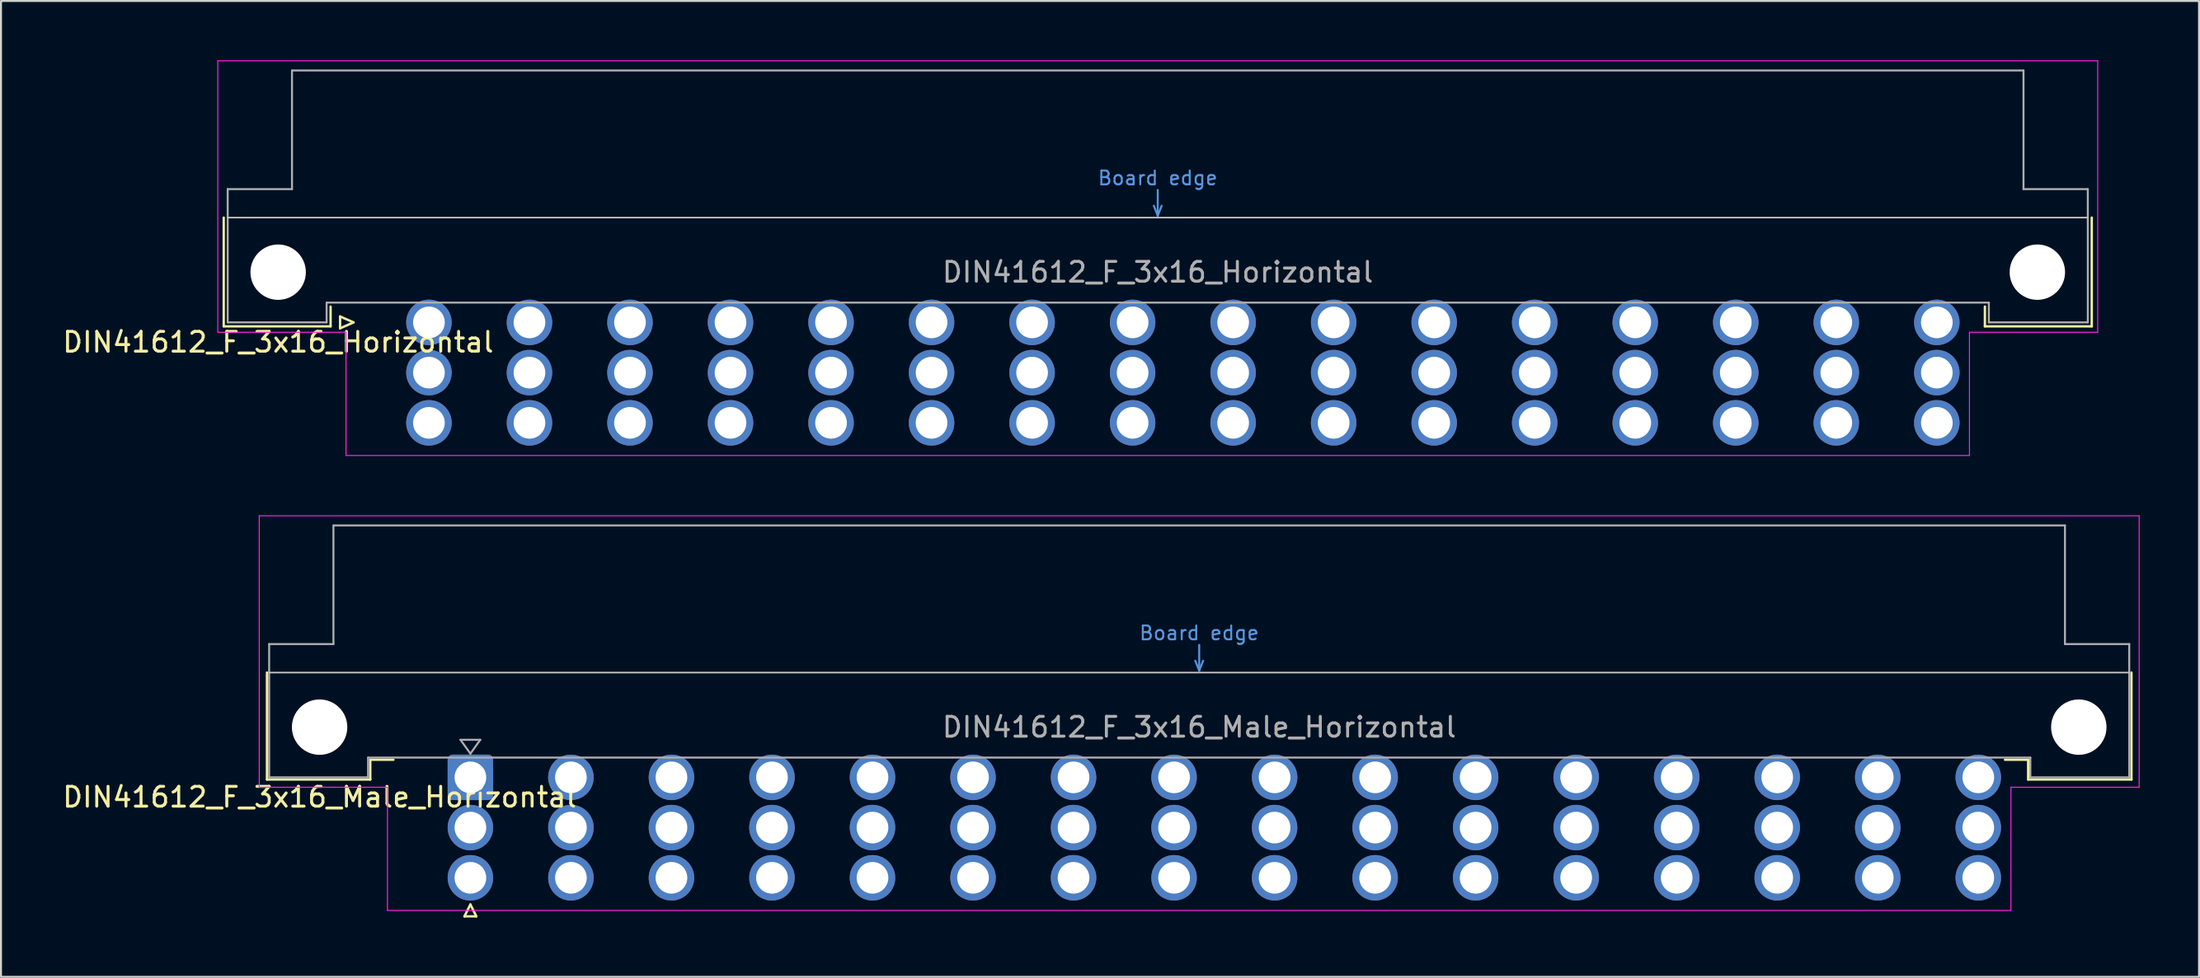
<source format=kicad_pcb>
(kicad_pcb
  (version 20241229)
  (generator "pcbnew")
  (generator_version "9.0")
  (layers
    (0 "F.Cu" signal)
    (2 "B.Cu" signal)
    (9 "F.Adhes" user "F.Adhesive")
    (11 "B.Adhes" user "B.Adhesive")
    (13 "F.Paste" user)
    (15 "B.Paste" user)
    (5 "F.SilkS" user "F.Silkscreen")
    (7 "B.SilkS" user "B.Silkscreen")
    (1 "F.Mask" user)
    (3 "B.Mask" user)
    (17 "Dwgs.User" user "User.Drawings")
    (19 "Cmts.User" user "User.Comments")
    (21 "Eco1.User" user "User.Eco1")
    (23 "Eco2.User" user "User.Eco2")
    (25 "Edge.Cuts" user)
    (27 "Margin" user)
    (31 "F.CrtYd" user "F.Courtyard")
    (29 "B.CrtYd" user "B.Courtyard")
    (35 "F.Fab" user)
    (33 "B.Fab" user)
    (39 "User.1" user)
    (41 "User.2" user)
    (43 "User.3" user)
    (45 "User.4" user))
  (footprint "DIN41612_F_3x16_Male_Horizontal"
    (layer "F.Cu")
    (at 18.181 36.265)
    (property "Reference" "DIN41612_F_3x16_Male_Horizontal" (at -5.08 1 0) (layer "F.SilkS") (effects (font (size 1 1) (thickness 0.15))))
    (attr through_hole)
    (fp_line (start -7.74 -5.3) (end -7.74 0.11) (stroke (width 0.12) (type solid)) (layer "F.SilkS"))
    (fp_line (start -7.74 0.11) (end -2.52 0.11) (stroke (width 0.12) (type solid)) (layer "F.SilkS"))
    (fp_line (start -2.52 -0.89) (end -1.35 -0.89) (stroke (width 0.12) (type solid)) (layer "F.SilkS"))
    (fp_line (start -2.52 0.11) (end -2.52 -0.89) (stroke (width 0.12) (type solid)) (layer "F.SilkS"))
    (fp_line (start 2.24 7.03) (end 2.84 7.03) (stroke (width 0.12) (type solid)) (layer "F.SilkS"))
    (fp_line (start 2.54 6.43) (end 2.24 7.03) (stroke (width 0.12) (type solid)) (layer "F.SilkS"))
    (fp_line (start 2.84 7.03) (end 2.54 6.43) (stroke (width 0.12) (type solid)) (layer "F.SilkS"))
    (fp_line (start 81.26 -0.89) (end 80.09 -0.89) (stroke (width 0.12) (type solid)) (layer "F.SilkS"))
    (fp_line (start 81.26 0.11) (end 81.26 -0.89) (stroke (width 0.12) (type solid)) (layer "F.SilkS"))
    (fp_line (start 86.48 -5.3) (end 86.48 0.11) (stroke (width 0.12) (type solid)) (layer "F.SilkS"))
    (fp_line (start 86.48 0.11) (end 81.26 0.11) (stroke (width 0.12) (type solid)) (layer "F.SilkS"))
    (fp_line (start -7.63 -5.3) (end 86.37 -5.3) (stroke (width 0.08) (type solid)) (layer "Dwgs.User"))
    (fp_line (start 39.17 -5.9) (end 39.37 -5.4) (stroke (width 0.1) (type solid)) (layer "Cmts.User"))
    (fp_line (start 39.37 -5.4) (end 39.37 -6.7) (stroke (width 0.1) (type solid)) (layer "Cmts.User"))
    (fp_line (start 39.37 -5.4) (end 39.57 -5.9) (stroke (width 0.1) (type solid)) (layer "Cmts.User"))
    (fp_line (start -8.13 -13.23) (end -8.13 0.5) (stroke (width 0.05) (type solid)) (layer "F.CrtYd"))
    (fp_line (start -8.13 0.5) (end -1.65 0.5) (stroke (width 0.05) (type solid)) (layer "F.CrtYd"))
    (fp_line (start -1.65 0.5) (end -1.65 6.73) (stroke (width 0.05) (type solid)) (layer "F.CrtYd"))
    (fp_line (start -1.65 6.73) (end 80.39 6.73) (stroke (width 0.05) (type solid)) (layer "F.CrtYd"))
    (fp_line (start 80.39 0.5) (end 86.87 0.5) (stroke (width 0.05) (type solid)) (layer "F.CrtYd"))
    (fp_line (start 80.39 6.73) (end 80.39 0.5) (stroke (width 0.05) (type solid)) (layer "F.CrtYd"))
    (fp_line (start 86.87 -13.23) (end -8.13 -13.23) (stroke (width 0.05) (type solid)) (layer "F.CrtYd"))
    (fp_line (start 86.87 0.5) (end 86.87 -13.23) (stroke (width 0.05) (type solid)) (layer "F.CrtYd"))
    (fp_line (start -7.63 -6.74) (end -7.63 0) (stroke (width 0.1) (type solid)) (layer "F.Fab"))
    (fp_line (start -7.63 0) (end -2.63 0) (stroke (width 0.1) (type solid)) (layer "F.Fab"))
    (fp_line (start -4.38 -12.74) (end -4.38 -6.74) (stroke (width 0.1) (type solid)) (layer "F.Fab"))
    (fp_line (start -4.38 -6.74) (end -7.63 -6.74) (stroke (width 0.1) (type solid)) (layer "F.Fab"))
    (fp_line (start -2.63 -1) (end 81.37 -1) (stroke (width 0.1) (type solid)) (layer "F.Fab"))
    (fp_line (start -2.63 0) (end -2.63 -1) (stroke (width 0.1) (type solid)) (layer "F.Fab"))
    (fp_line (start 2.04 -1.9) (end 3.04 -1.9) (stroke (width 0.1) (type solid)) (layer "F.Fab"))
    (fp_line (start 2.54 -1.2) (end 2.04 -1.9) (stroke (width 0.1) (type solid)) (layer "F.Fab"))
    (fp_line (start 3.04 -1.9) (end 2.54 -1.2) (stroke (width 0.1) (type solid)) (layer "F.Fab"))
    (fp_line (start 81.37 -1) (end 81.37 0) (stroke (width 0.1) (type solid)) (layer "F.Fab"))
    (fp_line (start 81.37 0) (end 86.37 0) (stroke (width 0.1) (type solid)) (layer "F.Fab"))
    (fp_line (start 83.12 -12.74) (end -4.38 -12.74) (stroke (width 0.1) (type solid)) (layer "F.Fab"))
    (fp_line (start 83.12 -6.74) (end 83.12 -12.74) (stroke (width 0.1) (type solid)) (layer "F.Fab"))
    (fp_line (start 86.37 -6.74) (end 83.12 -6.74) (stroke (width 0.1) (type solid)) (layer "F.Fab"))
    (fp_line (start 86.37 0) (end 86.37 -6.74) (stroke (width 0.1) (type solid)) (layer "F.Fab"))
    (fp_text user "Board edge" (at 39.37 -7.3 0) (layer "Cmts.User") (effects (font (size 0.7 0.7) (thickness 0.1))))
    (fp_text user "${REFERENCE}" (at 39.37 -2.54 0) (layer "F.Fab") (effects (font (size 1 1) (thickness 0.15))))
    (pad "" np_thru_hole circle (at -5.08 -2.54) (size 2.8 2.8) (drill 2.8) (layers "*.Cu" "*.Mask"))
    (pad "" np_thru_hole circle (at 83.82 -2.54) (size 2.8 2.8) (drill 2.8) (layers "*.Cu" "*.Mask"))
    (pad "b2" thru_hole circle (at 2.54 2.54) (size 2.3 2.3) (drill 1.6) (layers "*.Cu" "*.Mask"))
    (pad "b4" thru_hole circle (at 7.62 2.54) (size 2.3 2.3) (drill 1.6) (layers "*.Cu" "*.Mask"))
    (pad "b6" thru_hole circle (at 12.7 2.54) (size 2.3 2.3) (drill 1.6) (layers "*.Cu" "*.Mask"))
    (pad "b8" thru_hole circle (at 17.78 2.54) (size 2.3 2.3) (drill 1.6) (layers "*.Cu" "*.Mask"))
    (pad "b10" thru_hole circle (at 22.86 2.54) (size 2.3 2.3) (drill 1.6) (layers "*.Cu" "*.Mask"))
    (pad "b12" thru_hole circle (at 27.94 2.54) (size 2.3 2.3) (drill 1.6) (layers "*.Cu" "*.Mask"))
    (pad "b14" thru_hole circle (at 33.02 2.54) (size 2.3 2.3) (drill 1.6) (layers "*.Cu" "*.Mask"))
    (pad "b16" thru_hole circle (at 38.1 2.54) (size 2.3 2.3) (drill 1.6) (layers "*.Cu" "*.Mask"))
    (pad "b18" thru_hole circle (at 43.18 2.54) (size 2.3 2.3) (drill 1.6) (layers "*.Cu" "*.Mask"))
    (pad "b20" thru_hole circle (at 48.26 2.54) (size 2.3 2.3) (drill 1.6) (layers "*.Cu" "*.Mask"))
    (pad "b22" thru_hole circle (at 53.34 2.54) (size 2.3 2.3) (drill 1.6) (layers "*.Cu" "*.Mask"))
    (pad "b24" thru_hole circle (at 58.42 2.54) (size 2.3 2.3) (drill 1.6) (layers "*.Cu" "*.Mask"))
    (pad "b26" thru_hole circle (at 63.5 2.54) (size 2.3 2.3) (drill 1.6) (layers "*.Cu" "*.Mask"))
    (pad "b28" thru_hole circle (at 68.58 2.54) (size 2.3 2.3) (drill 1.6) (layers "*.Cu" "*.Mask"))
    (pad "b30" thru_hole circle (at 73.66 2.54) (size 2.3 2.3) (drill 1.6) (layers "*.Cu" "*.Mask"))
    (pad "b32" thru_hole circle (at 78.74 2.54) (size 2.3 2.3) (drill 1.6) (layers "*.Cu" "*.Mask"))
    (pad "d2" thru_hole circle (at 2.54 5.08) (size 2.3 2.3) (drill 1.6) (layers "*.Cu" "*.Mask"))
    (pad "d4" thru_hole circle (at 7.62 5.08) (size 2.3 2.3) (drill 1.6) (layers "*.Cu" "*.Mask"))
    (pad "d6" thru_hole circle (at 12.7 5.08) (size 2.3 2.3) (drill 1.6) (layers "*.Cu" "*.Mask"))
    (pad "d8" thru_hole circle (at 17.78 5.08) (size 2.3 2.3) (drill 1.6) (layers "*.Cu" "*.Mask"))
    (pad "d10" thru_hole circle (at 22.86 5.08) (size 2.3 2.3) (drill 1.6) (layers "*.Cu" "*.Mask"))
    (pad "d12" thru_hole circle (at 27.94 5.08) (size 2.3 2.3) (drill 1.6) (layers "*.Cu" "*.Mask"))
    (pad "d14" thru_hole circle (at 33.02 5.08) (size 2.3 2.3) (drill 1.6) (layers "*.Cu" "*.Mask"))
    (pad "d16" thru_hole circle (at 38.1 5.08) (size 2.3 2.3) (drill 1.6) (layers "*.Cu" "*.Mask"))
    (pad "d18" thru_hole circle (at 43.18 5.08) (size 2.3 2.3) (drill 1.6) (layers "*.Cu" "*.Mask"))
    (pad "d20" thru_hole circle (at 48.26 5.08) (size 2.3 2.3) (drill 1.6) (layers "*.Cu" "*.Mask"))
    (pad "d22" thru_hole circle (at 53.34 5.08) (size 2.3 2.3) (drill 1.6) (layers "*.Cu" "*.Mask"))
    (pad "d24" thru_hole circle (at 58.42 5.08) (size 2.3 2.3) (drill 1.6) (layers "*.Cu" "*.Mask"))
    (pad "d26" thru_hole circle (at 63.5 5.08) (size 2.3 2.3) (drill 1.6) (layers "*.Cu" "*.Mask"))
    (pad "d28" thru_hole circle (at 68.58 5.08) (size 2.3 2.3) (drill 1.6) (layers "*.Cu" "*.Mask"))
    (pad "d30" thru_hole circle (at 73.66 5.08) (size 2.3 2.3) (drill 1.6) (layers "*.Cu" "*.Mask"))
    (pad "d32" thru_hole circle (at 78.74 5.08) (size 2.3 2.3) (drill 1.6) (layers "*.Cu" "*.Mask"))
    (pad "z2" thru_hole roundrect (at 2.54 0) (size 2.3 2.3) (drill 1.6) (layers "*.Cu" "*.Mask") (roundrect_rratio 0.109))
    (pad "z4" thru_hole circle (at 7.62 0) (size 2.3 2.3) (drill 1.6) (layers "*.Cu" "*.Mask"))
    (pad "z6" thru_hole circle (at 12.7 0) (size 2.3 2.3) (drill 1.6) (layers "*.Cu" "*.Mask"))
    (pad "z8" thru_hole circle (at 17.78 0) (size 2.3 2.3) (drill 1.6) (layers "*.Cu" "*.Mask"))
    (pad "z10" thru_hole circle (at 22.86 0) (size 2.3 2.3) (drill 1.6) (layers "*.Cu" "*.Mask"))
    (pad "z12" thru_hole circle (at 27.94 0) (size 2.3 2.3) (drill 1.6) (layers "*.Cu" "*.Mask"))
    (pad "z14" thru_hole circle (at 33.02 0) (size 2.3 2.3) (drill 1.6) (layers "*.Cu" "*.Mask"))
    (pad "z16" thru_hole circle (at 38.1 0) (size 2.3 2.3) (drill 1.6) (layers "*.Cu" "*.Mask"))
    (pad "z18" thru_hole circle (at 43.18 0) (size 2.3 2.3) (drill 1.6) (layers "*.Cu" "*.Mask"))
    (pad "z20" thru_hole circle (at 48.26 0) (size 2.3 2.3) (drill 1.6) (layers "*.Cu" "*.Mask"))
    (pad "z22" thru_hole circle (at 53.34 0) (size 2.3 2.3) (drill 1.6) (layers "*.Cu" "*.Mask"))
    (pad "z24" thru_hole circle (at 58.42 0) (size 2.3 2.3) (drill 1.6) (layers "*.Cu" "*.Mask"))
    (pad "z26" thru_hole circle (at 63.5 0) (size 2.3 2.3) (drill 1.6) (layers "*.Cu" "*.Mask"))
    (pad "z28" thru_hole circle (at 68.58 0) (size 2.3 2.3) (drill 1.6) (layers "*.Cu" "*.Mask"))
    (pad "z30" thru_hole circle (at 73.66 0) (size 2.3 2.3) (drill 1.6) (layers "*.Cu" "*.Mask"))
    (pad "z32" thru_hole circle (at 78.74 0) (size 2.3 2.3) (drill 1.6) (layers "*.Cu" "*.Mask")))
  (footprint "DIN41612_F_3x16_Horizontal"
    (layer "F.Cu")
    (at 16.086 13.255)
    (property "Reference" "DIN41612_F_3x16_Horizontal" (at -5.08 1 0) (layer "F.SilkS") (effects (font (size 1 1) (thickness 0.15))))
    (attr through_hole)
    (fp_line (start -7.83 -5.3) (end -7.83 0.2) (stroke (width 0.12) (type solid)) (layer "F.SilkS"))
    (fp_line (start -7.83 0.2) (end -2.43 0.2) (stroke (width 0.12) (type solid)) (layer "F.SilkS"))
    (fp_line (start -2.43 0.2) (end -2.43 -0.8) (stroke (width 0.12) (type solid)) (layer "F.SilkS"))
    (fp_line (start -1.95 -0.3) (end -1.95 0.3) (stroke (width 0.12) (type solid)) (layer "F.SilkS"))
    (fp_line (start -1.95 0.3) (end -1.27 0) (stroke (width 0.12) (type solid)) (layer "F.SilkS"))
    (fp_line (start -1.27 0) (end -1.95 -0.3) (stroke (width 0.12) (type solid)) (layer "F.SilkS"))
    (fp_line (start 81.17 0.2) (end 81.17 -0.8) (stroke (width 0.12) (type solid)) (layer "F.SilkS"))
    (fp_line (start 86.57 -5.3) (end 86.57 0.2) (stroke (width 0.12) (type solid)) (layer "F.SilkS"))
    (fp_line (start 86.57 0.2) (end 81.17 0.2) (stroke (width 0.12) (type solid)) (layer "F.SilkS"))
    (fp_line (start -7.63 -5.3) (end 86.37 -5.3) (stroke (width 0.08) (type solid)) (layer "Dwgs.User"))
    (fp_line (start 39.17 -5.9) (end 39.37 -5.4) (stroke (width 0.1) (type solid)) (layer "Cmts.User"))
    (fp_line (start 39.37 -5.4) (end 39.37 -6.7) (stroke (width 0.1) (type solid)) (layer "Cmts.User"))
    (fp_line (start 39.37 -5.4) (end 39.57 -5.9) (stroke (width 0.1) (type solid)) (layer "Cmts.User"))
    (fp_line (start -8.13 -13.23) (end -8.13 0.5) (stroke (width 0.05) (type solid)) (layer "F.CrtYd"))
    (fp_line (start -8.13 0.5) (end -1.65 0.5) (stroke (width 0.05) (type solid)) (layer "F.CrtYd"))
    (fp_line (start -1.65 0.5) (end -1.65 6.73) (stroke (width 0.05) (type solid)) (layer "F.CrtYd"))
    (fp_line (start -1.65 6.73) (end 80.39 6.73) (stroke (width 0.05) (type solid)) (layer "F.CrtYd"))
    (fp_line (start 80.39 0.5) (end 86.87 0.5) (stroke (width 0.05) (type solid)) (layer "F.CrtYd"))
    (fp_line (start 80.39 6.73) (end 80.39 0.5) (stroke (width 0.05) (type solid)) (layer "F.CrtYd"))
    (fp_line (start 86.87 -13.23) (end -8.13 -13.23) (stroke (width 0.05) (type solid)) (layer "F.CrtYd"))
    (fp_line (start 86.87 0.5) (end 86.87 -13.23) (stroke (width 0.05) (type solid)) (layer "F.CrtYd"))
    (fp_line (start -7.63 -6.74) (end -7.63 0) (stroke (width 0.1) (type solid)) (layer "F.Fab"))
    (fp_line (start -7.63 0) (end -2.63 0) (stroke (width 0.1) (type solid)) (layer "F.Fab"))
    (fp_line (start -4.38 -12.74) (end -4.38 -6.74) (stroke (width 0.1) (type solid)) (layer "F.Fab"))
    (fp_line (start -4.38 -6.74) (end -7.63 -6.74) (stroke (width 0.1) (type solid)) (layer "F.Fab"))
    (fp_line (start -2.63 -1) (end 81.37 -1) (stroke (width 0.1) (type solid)) (layer "F.Fab"))
    (fp_line (start -2.63 0) (end -2.63 -1) (stroke (width 0.1) (type solid)) (layer "F.Fab"))
    (fp_line (start 81.37 -1) (end 81.37 0) (stroke (width 0.1) (type solid)) (layer "F.Fab"))
    (fp_line (start 81.37 0) (end 86.37 0) (stroke (width 0.1) (type solid)) (layer "F.Fab"))
    (fp_line (start 83.12 -12.74) (end -4.38 -12.74) (stroke (width 0.1) (type solid)) (layer "F.Fab"))
    (fp_line (start 83.12 -6.74) (end 83.12 -12.74) (stroke (width 0.1) (type solid)) (layer "F.Fab"))
    (fp_line (start 86.37 -6.74) (end 83.12 -6.74) (stroke (width 0.1) (type solid)) (layer "F.Fab"))
    (fp_line (start 86.37 0) (end 86.37 -6.74) (stroke (width 0.1) (type solid)) (layer "F.Fab"))
    (fp_text user "Board edge" (at 39.37 -7.3 0) (layer "Cmts.User") (effects (font (size 0.7 0.7) (thickness 0.1))))
    (fp_text user "${REFERENCE}" (at 39.37 -2.54 0) (layer "F.Fab") (effects (font (size 1 1) (thickness 0.15))))
    (pad "" np_thru_hole circle (at -5.08 -2.54) (size 2.8 2.8) (drill 2.8) (layers "*.Cu" "*.Mask"))
    (pad "" np_thru_hole circle (at 83.82 -2.54) (size 2.8 2.8) (drill 2.8) (layers "*.Cu" "*.Mask"))
    (pad "b2" thru_hole circle (at 2.54 2.54) (size 2.3 2.3) (drill 1.6) (layers "*.Cu" "*.Mask"))
    (pad "b4" thru_hole circle (at 7.62 2.54) (size 2.3 2.3) (drill 1.6) (layers "*.Cu" "*.Mask"))
    (pad "b6" thru_hole circle (at 12.7 2.54) (size 2.3 2.3) (drill 1.6) (layers "*.Cu" "*.Mask"))
    (pad "b8" thru_hole circle (at 17.78 2.54) (size 2.3 2.3) (drill 1.6) (layers "*.Cu" "*.Mask"))
    (pad "b10" thru_hole circle (at 22.86 2.54) (size 2.3 2.3) (drill 1.6) (layers "*.Cu" "*.Mask"))
    (pad "b12" thru_hole circle (at 27.94 2.54) (size 2.3 2.3) (drill 1.6) (layers "*.Cu" "*.Mask"))
    (pad "b14" thru_hole circle (at 33.02 2.54) (size 2.3 2.3) (drill 1.6) (layers "*.Cu" "*.Mask"))
    (pad "b16" thru_hole circle (at 38.1 2.54) (size 2.3 2.3) (drill 1.6) (layers "*.Cu" "*.Mask"))
    (pad "b18" thru_hole circle (at 43.18 2.54) (size 2.3 2.3) (drill 1.6) (layers "*.Cu" "*.Mask"))
    (pad "b20" thru_hole circle (at 48.26 2.54) (size 2.3 2.3) (drill 1.6) (layers "*.Cu" "*.Mask"))
    (pad "b22" thru_hole circle (at 53.34 2.54) (size 2.3 2.3) (drill 1.6) (layers "*.Cu" "*.Mask"))
    (pad "b24" thru_hole circle (at 58.42 2.54) (size 2.3 2.3) (drill 1.6) (layers "*.Cu" "*.Mask"))
    (pad "b26" thru_hole circle (at 63.5 2.54) (size 2.3 2.3) (drill 1.6) (layers "*.Cu" "*.Mask"))
    (pad "b28" thru_hole circle (at 68.58 2.54) (size 2.3 2.3) (drill 1.6) (layers "*.Cu" "*.Mask"))
    (pad "b30" thru_hole circle (at 73.66 2.54) (size 2.3 2.3) (drill 1.6) (layers "*.Cu" "*.Mask"))
    (pad "b32" thru_hole circle (at 78.74 2.54) (size 2.3 2.3) (drill 1.6) (layers "*.Cu" "*.Mask"))
    (pad "d2" thru_hole circle (at 2.54 5.08) (size 2.3 2.3) (drill 1.6) (layers "*.Cu" "*.Mask"))
    (pad "d4" thru_hole circle (at 7.62 5.08) (size 2.3 2.3) (drill 1.6) (layers "*.Cu" "*.Mask"))
    (pad "d6" thru_hole circle (at 12.7 5.08) (size 2.3 2.3) (drill 1.6) (layers "*.Cu" "*.Mask"))
    (pad "d8" thru_hole circle (at 17.78 5.08) (size 2.3 2.3) (drill 1.6) (layers "*.Cu" "*.Mask"))
    (pad "d10" thru_hole circle (at 22.86 5.08) (size 2.3 2.3) (drill 1.6) (layers "*.Cu" "*.Mask"))
    (pad "d12" thru_hole circle (at 27.94 5.08) (size 2.3 2.3) (drill 1.6) (layers "*.Cu" "*.Mask"))
    (pad "d14" thru_hole circle (at 33.02 5.08) (size 2.3 2.3) (drill 1.6) (layers "*.Cu" "*.Mask"))
    (pad "d16" thru_hole circle (at 38.1 5.08) (size 2.3 2.3) (drill 1.6) (layers "*.Cu" "*.Mask"))
    (pad "d18" thru_hole circle (at 43.18 5.08) (size 2.3 2.3) (drill 1.6) (layers "*.Cu" "*.Mask"))
    (pad "d20" thru_hole circle (at 48.26 5.08) (size 2.3 2.3) (drill 1.6) (layers "*.Cu" "*.Mask"))
    (pad "d22" thru_hole circle (at 53.34 5.08) (size 2.3 2.3) (drill 1.6) (layers "*.Cu" "*.Mask"))
    (pad "d24" thru_hole circle (at 58.42 5.08) (size 2.3 2.3) (drill 1.6) (layers "*.Cu" "*.Mask"))
    (pad "d26" thru_hole circle (at 63.5 5.08) (size 2.3 2.3) (drill 1.6) (layers "*.Cu" "*.Mask"))
    (pad "d28" thru_hole circle (at 68.58 5.08) (size 2.3 2.3) (drill 1.6) (layers "*.Cu" "*.Mask"))
    (pad "d30" thru_hole circle (at 73.66 5.08) (size 2.3 2.3) (drill 1.6) (layers "*.Cu" "*.Mask"))
    (pad "d32" thru_hole circle (at 78.74 5.08) (size 2.3 2.3) (drill 1.6) (layers "*.Cu" "*.Mask"))
    (pad "z2" thru_hole circle (at 2.54 0) (size 2.3 2.3) (drill 1.6) (layers "*.Cu" "*.Mask"))
    (pad "z4" thru_hole circle (at 7.62 0) (size 2.3 2.3) (drill 1.6) (layers "*.Cu" "*.Mask"))
    (pad "z6" thru_hole circle (at 12.7 0) (size 2.3 2.3) (drill 1.6) (layers "*.Cu" "*.Mask"))
    (pad "z8" thru_hole circle (at 17.78 0) (size 2.3 2.3) (drill 1.6) (layers "*.Cu" "*.Mask"))
    (pad "z10" thru_hole circle (at 22.86 0) (size 2.3 2.3) (drill 1.6) (layers "*.Cu" "*.Mask"))
    (pad "z12" thru_hole circle (at 27.94 0) (size 2.3 2.3) (drill 1.6) (layers "*.Cu" "*.Mask"))
    (pad "z14" thru_hole circle (at 33.02 0) (size 2.3 2.3) (drill 1.6) (layers "*.Cu" "*.Mask"))
    (pad "z16" thru_hole circle (at 38.1 0) (size 2.3 2.3) (drill 1.6) (layers "*.Cu" "*.Mask"))
    (pad "z18" thru_hole circle (at 43.18 0) (size 2.3 2.3) (drill 1.6) (layers "*.Cu" "*.Mask"))
    (pad "z20" thru_hole circle (at 48.26 0) (size 2.3 2.3) (drill 1.6) (layers "*.Cu" "*.Mask"))
    (pad "z22" thru_hole circle (at 53.34 0) (size 2.3 2.3) (drill 1.6) (layers "*.Cu" "*.Mask"))
    (pad "z24" thru_hole circle (at 58.42 0) (size 2.3 2.3) (drill 1.6) (layers "*.Cu" "*.Mask"))
    (pad "z26" thru_hole circle (at 63.5 0) (size 2.3 2.3) (drill 1.6) (layers "*.Cu" "*.Mask"))
    (pad "z28" thru_hole circle (at 68.58 0) (size 2.3 2.3) (drill 1.6) (layers "*.Cu" "*.Mask"))
    (pad "z30" thru_hole circle (at 73.66 0) (size 2.3 2.3) (drill 1.6) (layers "*.Cu" "*.Mask"))
    (pad "z32" thru_hole circle (at 78.74 0) (size 2.3 2.3) (drill 1.6) (layers "*.Cu" "*.Mask")))
  (gr_rect
    (start -3 -3)
    (end 108.076 46.355)
    (stroke (width 0.1) (type default))
    (fill no)
    (layer "Edge.Cuts")))
</source>
